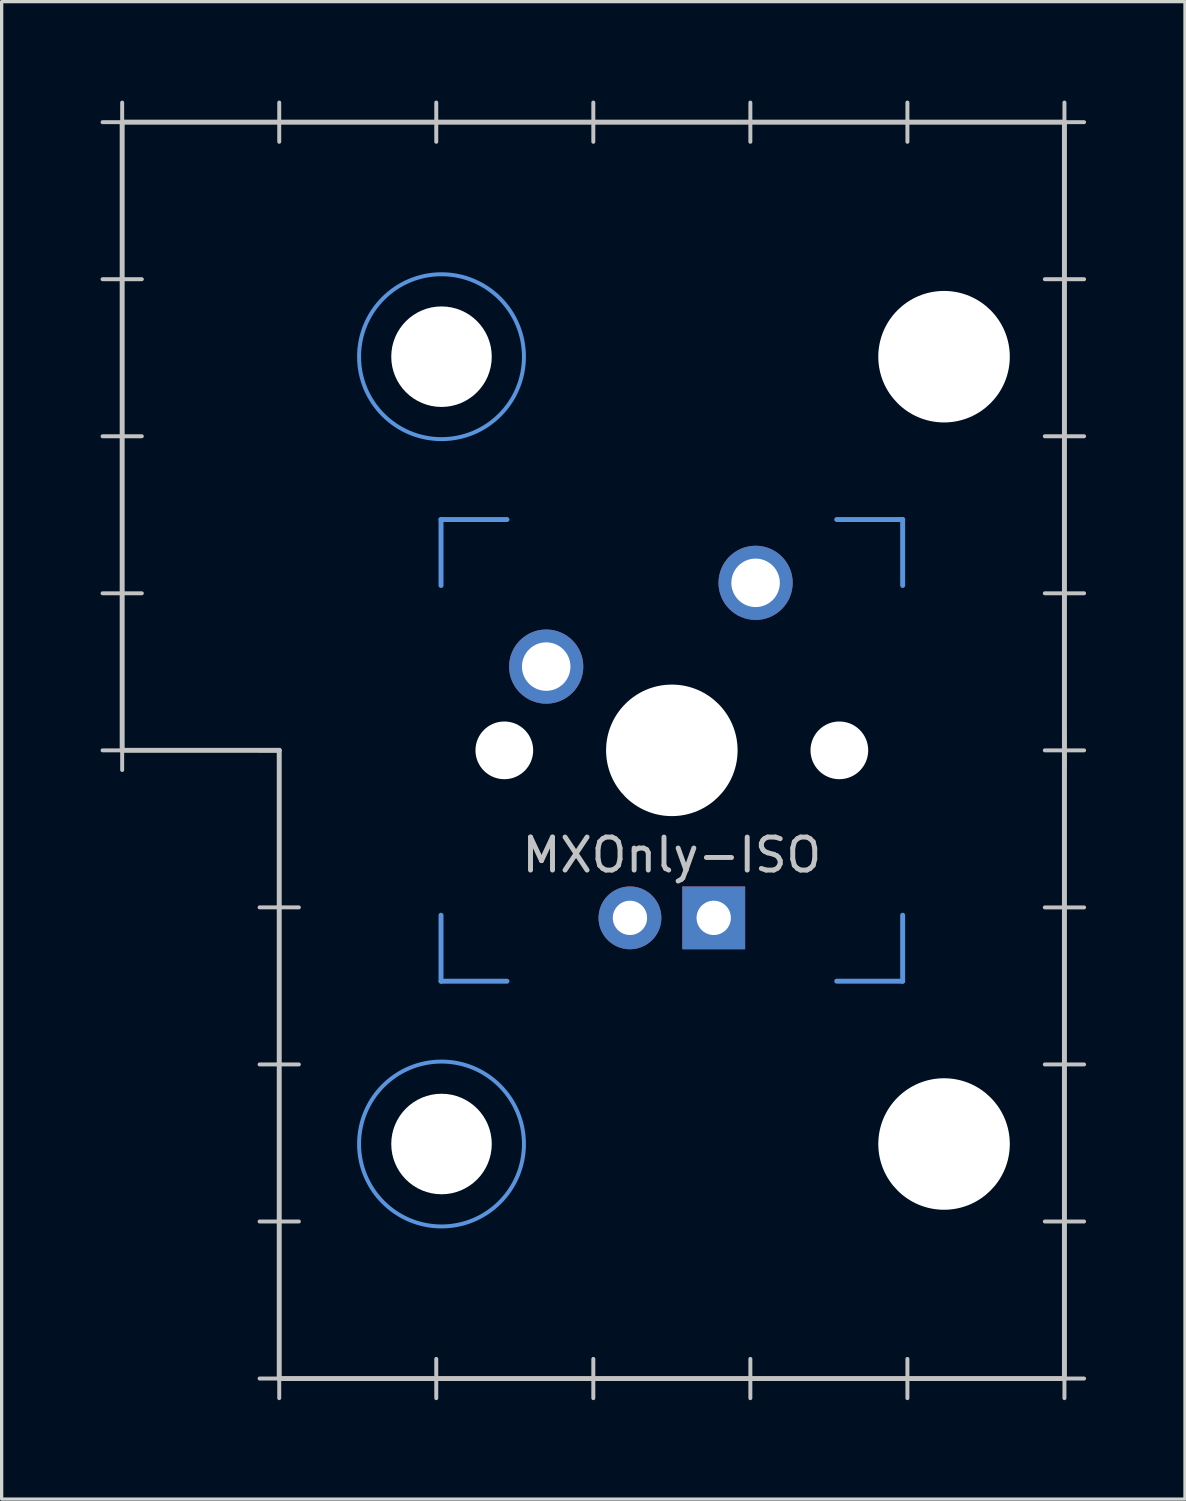
<source format=kicad_pcb>
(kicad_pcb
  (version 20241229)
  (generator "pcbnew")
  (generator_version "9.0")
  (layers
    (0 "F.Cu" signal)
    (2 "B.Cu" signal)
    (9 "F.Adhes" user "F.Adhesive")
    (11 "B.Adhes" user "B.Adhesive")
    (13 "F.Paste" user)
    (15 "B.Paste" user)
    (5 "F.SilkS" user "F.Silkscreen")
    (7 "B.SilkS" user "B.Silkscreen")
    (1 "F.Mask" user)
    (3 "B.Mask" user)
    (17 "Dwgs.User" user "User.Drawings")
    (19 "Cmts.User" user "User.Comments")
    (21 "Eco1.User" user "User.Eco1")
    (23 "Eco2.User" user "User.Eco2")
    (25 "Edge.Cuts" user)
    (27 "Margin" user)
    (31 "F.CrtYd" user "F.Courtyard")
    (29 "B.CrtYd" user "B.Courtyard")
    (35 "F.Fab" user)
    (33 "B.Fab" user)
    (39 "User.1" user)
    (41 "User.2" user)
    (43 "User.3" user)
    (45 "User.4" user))
  (footprint "MXOnly-ISO"
    (layer "F.Cu")
    (at 17.324 19.705)
    (property "Reference" "MXOnly-ISO" (at 0 3.175 0) (layer "Dwgs.User") (effects (font (size 1 1) (thickness 0.15))))
    (attr through_hole)
    (fp_line (start -17.264 0.000008) (end -16.669 0) (stroke (width 0.12) (type solid)) (layer "Dwgs.User"))
    (fp_line (start -17.264 -19.05) (end -16.669 -19.05) (stroke (width 0.12) (type solid)) (layer "Dwgs.User"))
    (fp_line (start -17.264 -4.763) (end -16.073 -4.763) (stroke (width 0.12) (type solid)) (layer "Dwgs.User"))
    (fp_line (start -16.669 0.595) (end -16.669 0) (stroke (width 0.12) (type solid)) (layer "Dwgs.User"))
    (fp_line (start -16.669 -19.645) (end -16.669 -19.05) (stroke (width 0.12) (type solid)) (layer "Dwgs.User"))
    (fp_line (start -16.669 -19.05) (end -16.669 0) (stroke (width 0.15) (type solid)) (layer "Dwgs.User"))
    (fp_line (start -16.669 -19.05) (end 11.906 -19.05) (stroke (width 0.15) (type solid)) (layer "Dwgs.User"))
    (fp_line (start -16.073 -14.288) (end -17.264 -14.288) (stroke (width 0.12) (type solid)) (layer "Dwgs.User"))
    (fp_line (start -16.073 -9.525) (end -17.264 -9.525) (stroke (width 0.12) (type solid)) (layer "Dwgs.User"))
    (fp_line (start -12.502 -0.000008) (end -11.906 0) (stroke (width 0.12) (type solid)) (layer "Dwgs.User"))
    (fp_line (start -12.502 9.525) (end -11.311 9.525) (stroke (width 0.12) (type solid)) (layer "Dwgs.User"))
    (fp_line (start -12.502 14.288) (end -11.311 14.288) (stroke (width 0.12) (type solid)) (layer "Dwgs.User"))
    (fp_line (start -12.502 19.05) (end -11.906 19.05) (stroke (width 0.12) (type solid)) (layer "Dwgs.User"))
    (fp_line (start -11.906 19.645) (end -11.906 19.05) (stroke (width 0.12) (type solid)) (layer "Dwgs.User"))
    (fp_line (start -11.906 0) (end -16.669 0) (stroke (width 0.15) (type solid)) (layer "Dwgs.User"))
    (fp_line (start -11.906 19.05) (end -11.906 0) (stroke (width 0.15) (type solid)) (layer "Dwgs.User"))
    (fp_line (start -11.906 19.05) (end 11.906 19.05) (stroke (width 0.15) (type solid)) (layer "Dwgs.User"))
    (fp_line (start -11.906 -19.645) (end -11.906 -18.455) (stroke (width 0.12) (type solid)) (layer "Dwgs.User"))
    (fp_line (start -11.311 4.762) (end -12.502 4.762) (stroke (width 0.12) (type solid)) (layer "Dwgs.User"))
    (fp_line (start -7.144 18.455) (end -7.144 19.645) (stroke (width 0.12) (type solid)) (layer "Dwgs.User"))
    (fp_line (start -7.144 -18.455) (end -7.144 -19.645) (stroke (width 0.12) (type solid)) (layer "Dwgs.User"))
    (fp_line (start -2.381 18.455) (end -2.381 19.645) (stroke (width 0.12) (type solid)) (layer "Dwgs.User"))
    (fp_line (start -2.381 -18.455) (end -2.381 -19.645) (stroke (width 0.12) (type solid)) (layer "Dwgs.User"))
    (fp_line (start 2.381 19.645) (end 2.381 18.455) (stroke (width 0.12) (type solid)) (layer "Dwgs.User"))
    (fp_line (start 2.381 -18.455) (end 2.381 -19.645) (stroke (width 0.12) (type solid)) (layer "Dwgs.User"))
    (fp_line (start 7.144 18.455) (end 7.144 19.645) (stroke (width 0.12) (type solid)) (layer "Dwgs.User"))
    (fp_line (start 7.144 -18.455) (end 7.144 -19.645) (stroke (width 0.12) (type solid)) (layer "Dwgs.User"))
    (fp_line (start 11.311 14.288) (end 12.502 14.288) (stroke (width 0.12) (type solid)) (layer "Dwgs.User"))
    (fp_line (start 11.311 0) (end 12.502 0) (stroke (width 0.12) (type solid)) (layer "Dwgs.User"))
    (fp_line (start 11.906 19.645) (end 11.906 19.05) (stroke (width 0.12) (type solid)) (layer "Dwgs.User"))
    (fp_line (start 11.906 -19.05) (end 11.906 19.05) (stroke (width 0.15) (type solid)) (layer "Dwgs.User"))
    (fp_line (start 11.906 -19.645) (end 11.906 -19.05) (stroke (width 0.12) (type solid)) (layer "Dwgs.User"))
    (fp_line (start 11.906 0.595) (end 11.906 -0.595) (stroke (width 0.12) (type solid)) (layer "Dwgs.User"))
    (fp_line (start 12.502 -19.05) (end 11.906 -19.05) (stroke (width 0.12) (type solid)) (layer "Dwgs.User"))
    (fp_line (start 12.502 4.763) (end 11.311 4.763) (stroke (width 0.12) (type solid)) (layer "Dwgs.User"))
    (fp_line (start 12.502 9.525) (end 11.311 9.525) (stroke (width 0.12) (type solid)) (layer "Dwgs.User"))
    (fp_line (start 12.502 19.05) (end 11.906 19.05) (stroke (width 0.12) (type solid)) (layer "Dwgs.User"))
    (fp_line (start 12.502 -14.288) (end 11.311 -14.288) (stroke (width 0.12) (type solid)) (layer "Dwgs.User"))
    (fp_line (start 12.502 -9.525) (end 11.311 -9.525) (stroke (width 0.12) (type solid)) (layer "Dwgs.User"))
    (fp_line (start 12.502 -4.763) (end 11.311 -4.763) (stroke (width 0.12) (type solid)) (layer "Dwgs.User"))
    (fp_line (start -7 -7) (end -7 -5) (stroke (width 0.15) (type solid)) (layer "Cmts.User"))
    (fp_line (start -7 7) (end -7 5) (stroke (width 0.15) (type solid)) (layer "Cmts.User"))
    (fp_line (start -5 -7) (end -7 -7) (stroke (width 0.15) (type solid)) (layer "Cmts.User"))
    (fp_line (start -5 7) (end -7 7) (stroke (width 0.15) (type solid)) (layer "Cmts.User"))
    (fp_line (start 5 -7) (end 7 -7) (stroke (width 0.15) (type solid)) (layer "Cmts.User"))
    (fp_line (start 7 -7) (end 7 -5) (stroke (width 0.15) (type solid)) (layer "Cmts.User"))
    (fp_line (start 7 5) (end 7 7) (stroke (width 0.15) (type solid)) (layer "Cmts.User"))
    (fp_line (start 7 7) (end 5 7) (stroke (width 0.15) (type solid)) (layer "Cmts.User"))
    (fp_circle (center -6.985 -11.938) (end -4.485 -11.938) (stroke (width 0.12) (type solid)) (fill no) (layer "Cmts.User"))
    (fp_circle (center -6.985 11.938) (end -4.485 11.938) (stroke (width 0.12) (type solid)) (fill no) (layer "Cmts.User"))
    (pad "" np_thru_hole circle (at -6.985 -11.938) (size 3.048 3.048) (drill 3.048) (layers "*.Cu" "*.Mask"))
    (pad "" np_thru_hole circle (at -6.985 11.938) (size 3.048 3.048) (drill 3.048) (layers "*.Cu" "*.Mask"))
    (pad "" np_thru_hole circle (at -5.08 0 48.1) (size 1.75 1.75) (drill 1.75) (layers "*.Cu" "*.Mask"))
    (pad "" np_thru_hole circle (at 0 0) (size 3.988 3.988) (drill 3.988) (layers "*.Cu" "*.Mask"))
    (pad "" np_thru_hole circle (at 5.08 0 48.1) (size 1.75 1.75) (drill 1.75) (layers "*.Cu" "*.Mask"))
    (pad "" np_thru_hole circle (at 8.255 -11.938) (size 3.988 3.988) (drill 3.988) (layers "*.Cu" "*.Mask"))
    (pad "" np_thru_hole circle (at 8.255 11.938) (size 3.988 3.988) (drill 3.988) (layers "*.Cu" "*.Mask"))
    (pad "1" thru_hole circle (at -3.81 -2.54) (size 2.25 2.25) (drill 1.47) (layers "*.Cu" "B.Mask"))
    (pad "2" thru_hole circle (at 2.54 -5.08) (size 2.25 2.25) (drill 1.47) (layers "*.Cu" "B.Mask"))
    (pad "3" thru_hole circle (at -1.27 5.08) (size 1.905 1.905) (drill 1.04) (layers "*.Cu" "B.Mask"))
    (pad "4" thru_hole rect (at 1.27 5.08) (size 1.905 1.905) (drill 1.04) (layers "*.Cu" "B.Mask")))
  (gr_rect
    (start -3 -3)
    (end 32.886 42.411)
    (stroke (width 0.1) (type default))
    (fill no)
    (layer "Edge.Cuts")))
</source>
